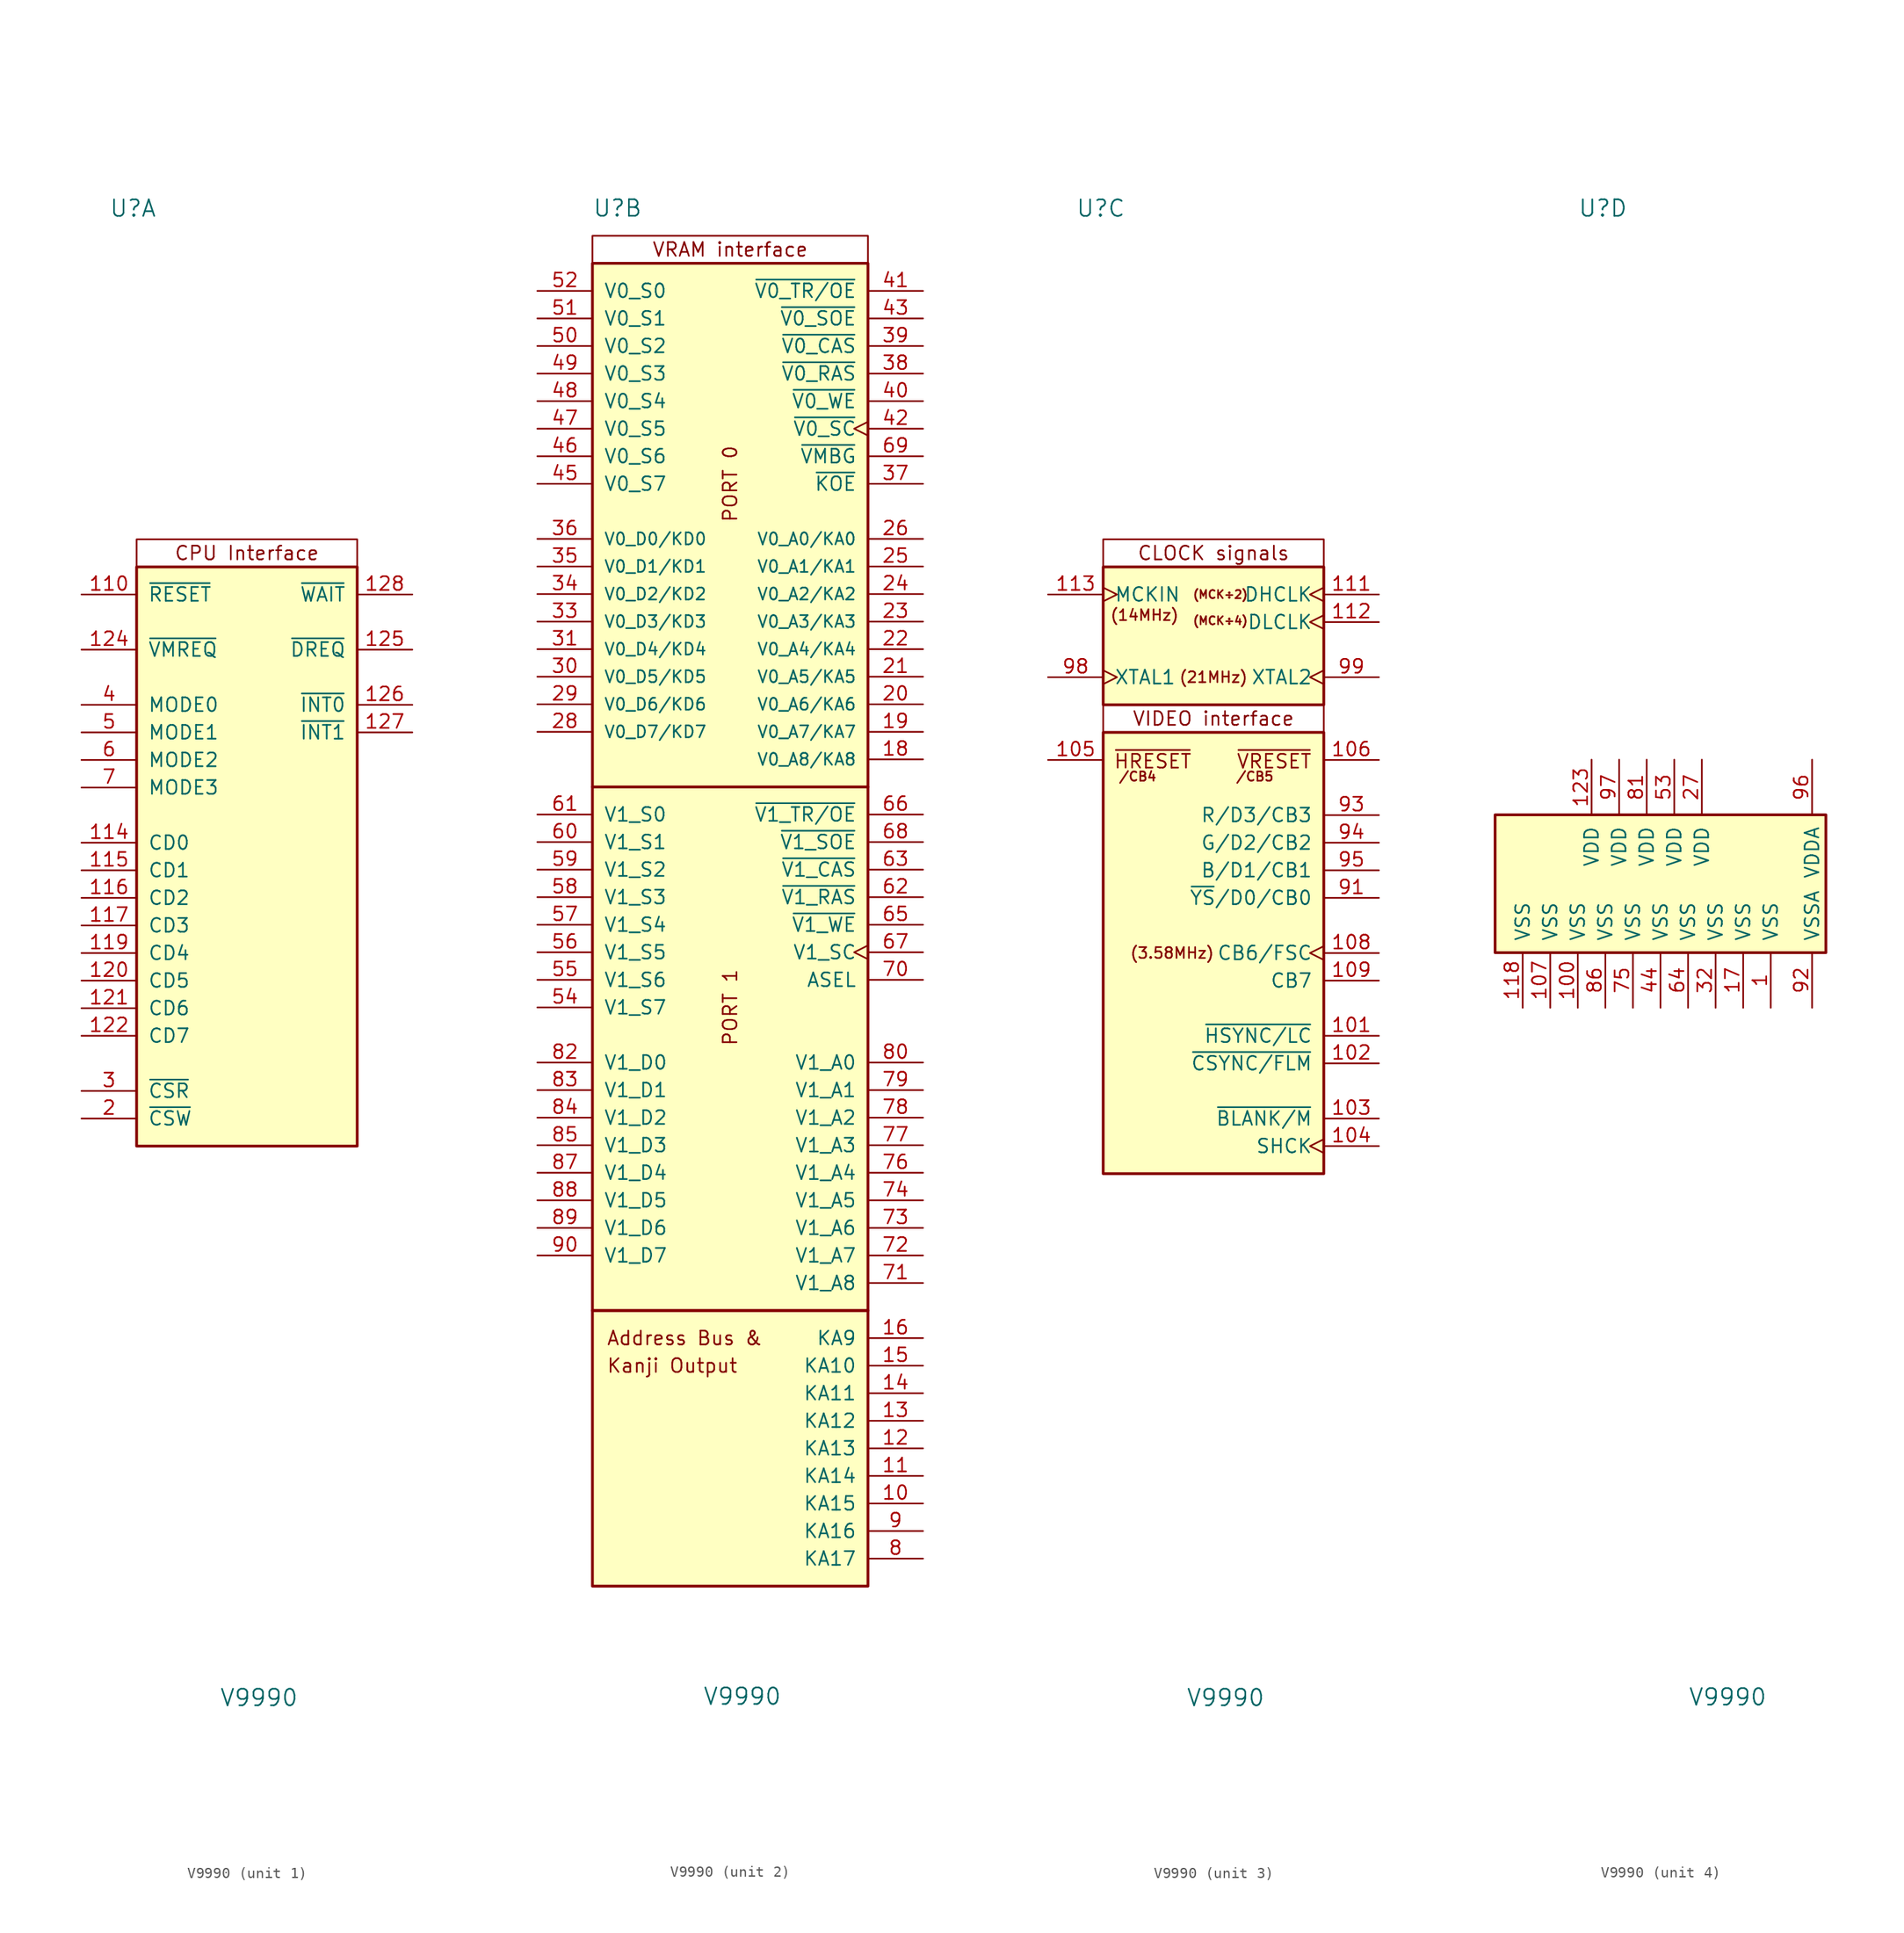
<source format=kicad_sym>
(kicad_symbol_lib
  (version 20211014)
  (generator kicad_symbol_editor)
  (symbol "V9990"
    (pin_names
      (offset 1.016))
    (property "Reference" "U"
      (at -12.7 60.96 0)
      (effects (font (size 1.524 1.524)) (justify left)))
    (property "Value" "V9990"
      (at -2.54 -76.2 0)
      (effects (font (size 1.524 1.524)) (justify left)))
    (property "ki_locked" ""
      (at 0 0 0)
      (effects (font (size 1.27 1.27))))
    (symbol "V9990_1_0"
      (rectangle (start -10.16 27.94) (end 10.16 30.48) (stroke (width 0) (type default) (color 0 0 0 0)) (fill (type none)))
      (text "CPU Interface" (at 0 29.21 0) (effects (font (size 1.27 1.27))))
      (pin input line (at -15.24 20.32 0) (length 5.08) (name "~{VMREQ}" (effects (font (size 1.27 1.27)))) (number "124" (effects (font (size 1.27 1.27)))))
      (pin open_emitter line (at 15.24 20.32 180) (length 5.08) (name "~{DREQ}" (effects (font (size 1.27 1.27)))) (number "125" (effects (font (size 1.27 1.27)))))
      (pin open_collector line (at 15.24 15.24 180) (length 5.08) (name "~{INT0}" (effects (font (size 1.27 1.27)))) (number "126" (effects (font (size 1.27 1.27)))))
      (pin input line (at -15.24 10.16 0) (length 5.08) (name "MODE2" (effects (font (size 1.27 1.27)))) (number "6" (effects (font (size 1.27 1.27)))))
      (pin input line (at -15.24 7.62 0) (length 5.08) (name "MODE3" (effects (font (size 1.27 1.27)))) (number "7" (effects (font (size 1.27 1.27))))))
    (symbol "V9990_1_1"
      (rectangle (start -10.16 27.94) (end 10.16 -25.4) (stroke (width 0.254) (type default) (color 0 0 0 0)) (fill (type background)))
      (pin input line (at -15.24 25.4 0) (length 5.08) (name "~{RESET}" (effects (font (size 1.27 1.27)))) (number "110" (effects (font (size 1.27 1.27)))))
      (pin tri_state line (at -15.24 2.54 0) (length 5.08) (name "CD0" (effects (font (size 1.27 1.27)))) (number "114" (effects (font (size 1.27 1.27)))))
      (pin tri_state line (at -15.24 0 0) (length 5.08) (name "CD1" (effects (font (size 1.27 1.27)))) (number "115" (effects (font (size 1.27 1.27)))))
      (pin tri_state line (at -15.24 -2.54 0) (length 5.08) (name "CD2" (effects (font (size 1.27 1.27)))) (number "116" (effects (font (size 1.27 1.27)))))
      (pin tri_state line (at -15.24 -5.08 0) (length 5.08) (name "CD3" (effects (font (size 1.27 1.27)))) (number "117" (effects (font (size 1.27 1.27)))))
      (pin tri_state line (at -15.24 -7.62 0) (length 5.08) (name "CD4" (effects (font (size 1.27 1.27)))) (number "119" (effects (font (size 1.27 1.27)))))
      (pin tri_state line (at -15.24 -10.16 0) (length 5.08) (name "CD5" (effects (font (size 1.27 1.27)))) (number "120" (effects (font (size 1.27 1.27)))))
      (pin tri_state line (at -15.24 -12.7 0) (length 5.08) (name "CD6" (effects (font (size 1.27 1.27)))) (number "121" (effects (font (size 1.27 1.27)))))
      (pin tri_state line (at -15.24 -15.24 0) (length 5.08) (name "CD7" (effects (font (size 1.27 1.27)))) (number "122" (effects (font (size 1.27 1.27)))))
      (pin open_collector line (at 15.24 12.7 180) (length 5.08) (name "~{INT1}" (effects (font (size 1.27 1.27)))) (number "127" (effects (font (size 1.27 1.27)))))
      (pin output line (at 15.24 25.4 180) (length 5.08) (name "~{WAIT}" (effects (font (size 1.27 1.27)))) (number "128" (effects (font (size 1.27 1.27)))))
      (pin input line (at -15.24 -22.86 0) (length 5.08) (name "~{CSW}" (effects (font (size 1.27 1.27)))) (number "2" (effects (font (size 1.27 1.27)))))
      (pin input line (at -15.24 -20.32 0) (length 5.08) (name "~{CSR}" (effects (font (size 1.27 1.27)))) (number "3" (effects (font (size 1.27 1.27)))))
      (pin input line (at -15.24 15.24 0) (length 5.08) (name "MODE0" (effects (font (size 1.27 1.27)))) (number "4" (effects (font (size 1.27 1.27)))))
      (pin input line (at -15.24 12.7 0) (length 5.08) (name "MODE1" (effects (font (size 1.27 1.27)))) (number "5" (effects (font (size 1.27 1.27))))))
    (symbol "V9990_2_0"
      (rectangle (start -12.7 -40.64) (end 12.7 -66.04) (stroke (width 0.254) (type default) (color 0 0 0 0)) (fill (type background)))
      (rectangle (start -12.7 7.62) (end 12.7 -40.64) (stroke (width 0.254) (type default) (color 0 0 0 0)) (fill (type background)))
      (rectangle (start -12.7 55.88) (end 12.7 7.62) (stroke (width 0.254) (type default) (color 0 0 0 0)) (fill (type background)))
      (rectangle (start -12.7 55.88) (end 12.7 58.42) (stroke (width 0) (type default) (color 0 0 0 0)) (fill (type none)))
      (text "Address Bus &" (at -11.43 -43.18 0) (effects (font (size 1.27 1.27)) (justify left)))
      (text "Kanji Output" (at -11.43 -45.72 0) (effects (font (size 1.27 1.27)) (justify left)))
      (text "PORT 0" (at 0 35.56 900) (effects (font (size 1.27 1.27))))
      (text "PORT 1" (at 0 -12.7 900) (effects (font (size 1.27 1.27))))
      (text "VRAM interface" (at 0 57.15 0) (effects (font (size 1.27 1.27))))
      (pin tri_state line (at 17.78 -58.42 180) (length 5.08) (name "KA15" (effects (font (size 1.27 1.27)))) (number "10" (effects (font (size 1.27 1.27)))))
      (pin tri_state line (at 17.78 -55.88 180) (length 5.08) (name "KA14" (effects (font (size 1.27 1.27)))) (number "11" (effects (font (size 1.27 1.27)))))
      (pin tri_state line (at 17.78 -53.34 180) (length 5.08) (name "KA13" (effects (font (size 1.27 1.27)))) (number "12" (effects (font (size 1.27 1.27)))))
      (pin tri_state line (at 17.78 -50.8 180) (length 5.08) (name "KA12" (effects (font (size 1.27 1.27)))) (number "13" (effects (font (size 1.27 1.27)))))
      (pin tri_state line (at 17.78 -48.26 180) (length 5.08) (name "KA11" (effects (font (size 1.27 1.27)))) (number "14" (effects (font (size 1.27 1.27)))))
      (pin tri_state line (at 17.78 -45.72 180) (length 5.08) (name "KA10" (effects (font (size 1.27 1.27)))) (number "15" (effects (font (size 1.27 1.27)))))
      (pin tri_state line (at 17.78 -43.18 180) (length 5.08) (name "KA9" (effects (font (size 1.27 1.27)))) (number "16" (effects (font (size 1.27 1.27)))))
      (pin tri_state line (at 17.78 10.16 180) (length 5.08) (name "V0_A8/KA8" (effects (font (size 1.1 1.1)))) (number "18" (effects (font (size 1.27 1.27)))))
      (pin tri_state line (at 17.78 12.7 180) (length 5.08) (name "V0_A7/KA7" (effects (font (size 1.1 1.1)))) (number "19" (effects (font (size 1.27 1.27)))))
      (pin tri_state line (at 17.78 15.24 180) (length 5.08) (name "V0_A6/KA6" (effects (font (size 1.1 1.1)))) (number "20" (effects (font (size 1.27 1.27)))))
      (pin tri_state line (at 17.78 17.78 180) (length 5.08) (name "V0_A5/KA5" (effects (font (size 1.1 1.1)))) (number "21" (effects (font (size 1.27 1.27)))))
      (pin tri_state line (at 17.78 20.32 180) (length 5.08) (name "V0_A4/KA4" (effects (font (size 1.1 1.1)))) (number "22" (effects (font (size 1.27 1.27)))))
      (pin tri_state line (at 17.78 22.86 180) (length 5.08) (name "V0_A3/KA3" (effects (font (size 1.1 1.1)))) (number "23" (effects (font (size 1.27 1.27)))))
      (pin tri_state line (at 17.78 25.4 180) (length 5.08) (name "V0_A2/KA2" (effects (font (size 1.1 1.1)))) (number "24" (effects (font (size 1.27 1.27)))))
      (pin tri_state line (at 17.78 27.94 180) (length 5.08) (name "V0_A1/KA1" (effects (font (size 1.1 1.1)))) (number "25" (effects (font (size 1.27 1.27)))))
      (pin tri_state line (at 17.78 30.48 180) (length 5.08) (name "V0_A0/KA0" (effects (font (size 1.1 1.1)))) (number "26" (effects (font (size 1.27 1.27)))))
      (pin output line (at 17.78 35.56 180) (length 5.08) (name "~{KOE}" (effects (font (size 1.27 1.27)))) (number "37" (effects (font (size 1.27 1.27)))))
      (pin tri_state line (at 17.78 43.18 180) (length 5.08) (name "~{V0_WE}" (effects (font (size 1.27 1.27)))) (number "40" (effects (font (size 1.27 1.27)))))
      (pin output line (at 17.78 53.34 180) (length 5.08) (name "~{V0_TR/OE}" (effects (font (size 1.27 1.27)))) (number "41" (effects (font (size 1.27 1.27)))))
      (pin output clock (at 17.78 40.64 180) (length 5.08) (name "~{V0_SC}" (effects (font (size 1.27 1.27)))) (number "42" (effects (font (size 1.27 1.27)))))
      (pin output line (at 17.78 50.8 180) (length 5.08) (name "~{V0_SOE}" (effects (font (size 1.27 1.27)))) (number "43" (effects (font (size 1.27 1.27)))))
      (pin input line (at -17.78 35.56 0) (length 5.08) (name "V0_S7" (effects (font (size 1.27 1.27)))) (number "45" (effects (font (size 1.27 1.27)))))
      (pin input line (at -17.78 38.1 0) (length 5.08) (name "V0_S6" (effects (font (size 1.27 1.27)))) (number "46" (effects (font (size 1.27 1.27)))))
      (pin input line (at -17.78 40.64 0) (length 5.08) (name "V0_S5" (effects (font (size 1.27 1.27)))) (number "47" (effects (font (size 1.27 1.27)))))
      (pin input line (at -17.78 43.18 0) (length 5.08) (name "V0_S4" (effects (font (size 1.27 1.27)))) (number "48" (effects (font (size 1.27 1.27)))))
      (pin input line (at -17.78 45.72 0) (length 5.08) (name "V0_S3" (effects (font (size 1.27 1.27)))) (number "49" (effects (font (size 1.27 1.27)))))
      (pin input line (at -17.78 48.26 0) (length 5.08) (name "V0_S2" (effects (font (size 1.27 1.27)))) (number "50" (effects (font (size 1.27 1.27)))))
      (pin input line (at -17.78 50.8 0) (length 5.08) (name "V0_S1" (effects (font (size 1.27 1.27)))) (number "51" (effects (font (size 1.27 1.27)))))
      (pin input line (at -17.78 53.34 0) (length 5.08) (name "V0_S0" (effects (font (size 1.27 1.27)))) (number "52" (effects (font (size 1.27 1.27)))))
      (pin tri_state line (at 17.78 -5.08 180) (length 5.08) (name "~{V1_WE}" (effects (font (size 1.27 1.27)))) (number "65" (effects (font (size 1.27 1.27)))))
      (pin output line (at 17.78 5.08 180) (length 5.08) (name "~{V1_TR/OE}" (effects (font (size 1.27 1.27)))) (number "66" (effects (font (size 1.27 1.27)))))
      (pin output clock (at 17.78 -7.62 180) (length 5.08) (name "V1_SC" (effects (font (size 1.27 1.27)))) (number "67" (effects (font (size 1.27 1.27)))))
      (pin output line (at 17.78 2.54 180) (length 5.08) (name "~{V1_SOE}" (effects (font (size 1.27 1.27)))) (number "68" (effects (font (size 1.27 1.27)))))
      (pin output line (at 17.78 -10.16 180) (length 5.08) (name "ASEL" (effects (font (size 1.27 1.27)))) (number "70" (effects (font (size 1.27 1.27)))))
      (pin tri_state line (at 17.78 -38.1 180) (length 5.08) (name "V1_A8" (effects (font (size 1.27 1.27)))) (number "71" (effects (font (size 1.27 1.27)))))
      (pin tri_state line (at 17.78 -35.56 180) (length 5.08) (name "V1_A7" (effects (font (size 1.27 1.27)))) (number "72" (effects (font (size 1.27 1.27)))))
      (pin tri_state line (at 17.78 -33.02 180) (length 5.08) (name "V1_A6" (effects (font (size 1.27 1.27)))) (number "73" (effects (font (size 1.27 1.27)))))
      (pin tri_state line (at 17.78 -30.48 180) (length 5.08) (name "V1_A5" (effects (font (size 1.27 1.27)))) (number "74" (effects (font (size 1.27 1.27)))))
      (pin tri_state line (at 17.78 -27.94 180) (length 5.08) (name "V1_A4" (effects (font (size 1.27 1.27)))) (number "76" (effects (font (size 1.27 1.27)))))
      (pin tri_state line (at 17.78 -25.4 180) (length 5.08) (name "V1_A3" (effects (font (size 1.27 1.27)))) (number "77" (effects (font (size 1.27 1.27)))))
      (pin tri_state line (at 17.78 -22.86 180) (length 5.08) (name "V1_A2" (effects (font (size 1.27 1.27)))) (number "78" (effects (font (size 1.27 1.27)))))
      (pin tri_state line (at 17.78 -20.32 180) (length 5.08) (name "V1_A1" (effects (font (size 1.27 1.27)))) (number "79" (effects (font (size 1.27 1.27)))))
      (pin tri_state line (at 17.78 -63.5 180) (length 5.08) (name "KA17" (effects (font (size 1.27 1.27)))) (number "8" (effects (font (size 1.27 1.27)))))
      (pin tri_state line (at 17.78 -17.78 180) (length 5.08) (name "V1_A0" (effects (font (size 1.27 1.27)))) (number "80" (effects (font (size 1.27 1.27)))))
      (pin tri_state line (at 17.78 -60.96 180) (length 5.08) (name "KA16" (effects (font (size 1.27 1.27)))) (number "9" (effects (font (size 1.27 1.27))))))
    (symbol "V9990_2_1"
      (pin bidirectional line (at -17.78 12.7 0) (length 5.08) (name "V0_D7/KD7" (effects (font (size 1.1 1.1)))) (number "28" (effects (font (size 1.27 1.27)))))
      (pin bidirectional line (at -17.78 15.24 0) (length 5.08) (name "V0_D6/KD6" (effects (font (size 1.1 1.1)))) (number "29" (effects (font (size 1.27 1.27)))))
      (pin bidirectional line (at -17.78 17.78 0) (length 5.08) (name "V0_D5/KD5" (effects (font (size 1.1 1.1)))) (number "30" (effects (font (size 1.27 1.27)))))
      (pin bidirectional line (at -17.78 20.32 0) (length 5.08) (name "V0_D4/KD4" (effects (font (size 1.1 1.1)))) (number "31" (effects (font (size 1.27 1.27)))))
      (pin bidirectional line (at -17.78 22.86 0) (length 5.08) (name "V0_D3/KD3" (effects (font (size 1.1 1.1)))) (number "33" (effects (font (size 1.27 1.27)))))
      (pin bidirectional line (at -17.78 25.4 0) (length 5.08) (name "V0_D2/KD2" (effects (font (size 1.1 1.1)))) (number "34" (effects (font (size 1.27 1.27)))))
      (pin bidirectional line (at -17.78 27.94 0) (length 5.08) (name "V0_D1/KD1" (effects (font (size 1.1 1.1)))) (number "35" (effects (font (size 1.27 1.27)))))
      (pin bidirectional line (at -17.78 30.48 0) (length 5.08) (name "V0_D0/KD0" (effects (font (size 1.1 1.1)))) (number "36" (effects (font (size 1.27 1.27)))))
      (pin output line (at 17.78 45.72 180) (length 5.08) (name "~{V0_RAS}" (effects (font (size 1.27 1.27)))) (number "38" (effects (font (size 1.27 1.27)))))
      (pin output line (at 17.78 48.26 180) (length 5.08) (name "~{V0_CAS}" (effects (font (size 1.27 1.27)))) (number "39" (effects (font (size 1.27 1.27)))))
      (pin input line (at -17.78 -12.7 0) (length 5.08) (name "V1_S7" (effects (font (size 1.27 1.27)))) (number "54" (effects (font (size 1.27 1.27)))))
      (pin input line (at -17.78 -10.16 0) (length 5.08) (name "V1_S6" (effects (font (size 1.27 1.27)))) (number "55" (effects (font (size 1.27 1.27)))))
      (pin input line (at -17.78 -7.62 0) (length 5.08) (name "V1_S5" (effects (font (size 1.27 1.27)))) (number "56" (effects (font (size 1.27 1.27)))))
      (pin input line (at -17.78 -5.08 0) (length 5.08) (name "V1_S4" (effects (font (size 1.27 1.27)))) (number "57" (effects (font (size 1.27 1.27)))))
      (pin input line (at -17.78 -2.54 0) (length 5.08) (name "V1_S3" (effects (font (size 1.27 1.27)))) (number "58" (effects (font (size 1.27 1.27)))))
      (pin input line (at -17.78 0 0) (length 5.08) (name "V1_S2" (effects (font (size 1.27 1.27)))) (number "59" (effects (font (size 1.27 1.27)))))
      (pin input line (at -17.78 2.54 0) (length 5.08) (name "V1_S1" (effects (font (size 1.27 1.27)))) (number "60" (effects (font (size 1.27 1.27)))))
      (pin input line (at -17.78 5.08 0) (length 5.08) (name "V1_S0" (effects (font (size 1.27 1.27)))) (number "61" (effects (font (size 1.27 1.27)))))
      (pin output line (at 17.78 -2.54 180) (length 5.08) (name "~{V1_RAS}" (effects (font (size 1.27 1.27)))) (number "62" (effects (font (size 1.27 1.27)))))
      (pin output line (at 17.78 0 180) (length 5.08) (name "~{V1_CAS}" (effects (font (size 1.27 1.27)))) (number "63" (effects (font (size 1.27 1.27)))))
      (pin output line (at 17.78 38.1 180) (length 5.08) (name "~{VMBG}" (effects (font (size 1.27 1.27)))) (number "69" (effects (font (size 1.27 1.27)))))
      (pin bidirectional line (at -17.78 -17.78 0) (length 5.08) (name "V1_D0" (effects (font (size 1.27 1.27)))) (number "82" (effects (font (size 1.27 1.27)))))
      (pin bidirectional line (at -17.78 -20.32 0) (length 5.08) (name "V1_D1" (effects (font (size 1.27 1.27)))) (number "83" (effects (font (size 1.27 1.27)))))
      (pin bidirectional line (at -17.78 -22.86 0) (length 5.08) (name "V1_D2" (effects (font (size 1.27 1.27)))) (number "84" (effects (font (size 1.27 1.27)))))
      (pin bidirectional line (at -17.78 -25.4 0) (length 5.08) (name "V1_D3" (effects (font (size 1.27 1.27)))) (number "85" (effects (font (size 1.27 1.27)))))
      (pin bidirectional line (at -17.78 -27.94 0) (length 5.08) (name "V1_D4" (effects (font (size 1.27 1.27)))) (number "87" (effects (font (size 1.27 1.27)))))
      (pin bidirectional line (at -17.78 -30.48 0) (length 5.08) (name "V1_D5" (effects (font (size 1.27 1.27)))) (number "88" (effects (font (size 1.27 1.27)))))
      (pin bidirectional line (at -17.78 -33.02 0) (length 5.08) (name "V1_D6" (effects (font (size 1.27 1.27)))) (number "89" (effects (font (size 1.27 1.27)))))
      (pin bidirectional line (at -17.78 -35.56 0) (length 5.08) (name "V1_D7" (effects (font (size 1.27 1.27)))) (number "90" (effects (font (size 1.27 1.27))))))
    (symbol "V9990_3_0"
      (rectangle (start -10.16 12.7) (end 10.16 -27.94) (stroke (width 0.254) (type default) (color 0 0 0 0)) (fill (type background)))
      (rectangle (start -10.16 15.24) (end 10.16 12.7) (stroke (width 0) (type default) (color 0 0 0 0)) (fill (type none)))
      (rectangle (start -10.16 27.94) (end 10.16 30.48) (stroke (width 0) (type default) (color 0 0 0 0)) (fill (type none)))
      (text "(14MHz)" (at -6.35 23.495 0) (effects (font (size 1 1))))
      (text "(21MHz)" (at 0 17.78 0) (effects (font (size 1 1))))
      (text "(3.58MHz)" (at -3.81 -7.62 0) (effects (font (size 1 1))))
      (text "(MCK÷2)" (at 0.635 25.4 0) (effects (font (size 0.75 0.75))))
      (text "(MCK÷4)" (at 0.635 22.987 0) (effects (font (size 0.75 0.75))))
      (text "/CB4" (at -6.985 8.636 0) (effects (font (size 0.85 0.85))))
      (text "/CB5" (at 3.81 8.636 0) (effects (font (size 0.85 0.85))))
      (text "CLOCK signals" (at 0 29.21 0) (effects (font (size 1.27 1.27))))
      (text "VIDEO interface" (at 0 13.97 0) (effects (font (size 1.27 1.27))))
      (text "~{HRESET}" (at -5.588 10.033 0) (effects (font (size 1.27 1.27))))
      (text "~{VRESET}" (at 5.588 10.033 0) (effects (font (size 1.27 1.27))))
      (pin input clock (at -15.24 25.4 0) (length 5.08) (name "MCKIN" (effects (font (size 1.27 1.27)))) (number "113" (effects (font (size 1.27 1.27))))))
    (symbol "V9990_3_1"
      (rectangle (start -10.16 27.94) (end 10.16 15.24) (stroke (width 0.254) (type default) (color 0 0 0 0)) (fill (type background)))
      (pin output line (at 15.24 -15.24 180) (length 5.08) (name "~{HSYNC/LC}" (effects (font (size 1.27 1.27)))) (number "101" (effects (font (size 1.27 1.27)))))
      (pin output line (at 15.24 -17.78 180) (length 5.08) (name "~{CSYNC/FLM}" (effects (font (size 1.27 1.27)))) (number "102" (effects (font (size 1.27 1.27)))))
      (pin output line (at 15.24 -22.86 180) (length 5.08) (name "~{BLANK/M}" (effects (font (size 1.27 1.27)))) (number "103" (effects (font (size 1.27 1.27)))))
      (pin output clock (at 15.24 -25.4 180) (length 5.08) (name "SHCK" (effects (font (size 1.27 1.27)))) (number "104" (effects (font (size 1.27 1.27)))))
      (pin bidirectional line (at -15.24 10.16 0) (length 5.08) (name "~{HRESET}/CB4" (effects (font (size 0 0)))) (number "105" (effects (font (size 1.27 1.27)))))
      (pin bidirectional line (at 15.24 10.16 180) (length 5.08) (name "~{VRESET}/CB5" (effects (font (size 0 0)))) (number "106" (effects (font (size 1.27 1.27)))))
      (pin output clock (at 15.24 -7.62 180) (length 5.08) (name "CB6/FSC" (effects (font (size 1.27 1.27)))) (number "108" (effects (font (size 1.27 1.27)))))
      (pin output line (at 15.24 -10.16 180) (length 5.08) (name "CB7" (effects (font (size 1.27 1.27)))) (number "109" (effects (font (size 1.27 1.27)))))
      (pin output clock (at 15.24 25.4 180) (length 5.08) (name "DHCLK" (effects (font (size 1.27 1.27)))) (number "111" (effects (font (size 1.27 1.27)))))
      (pin output clock (at 15.24 22.86 180) (length 5.08) (name "DLCLK" (effects (font (size 1.27 1.27)))) (number "112" (effects (font (size 1.27 1.27)))))
      (pin output line (at 15.24 -2.54 180) (length 5.08) (name "~{YS}/D0/CB0" (effects (font (size 1.27 1.27)))) (number "91" (effects (font (size 1.27 1.27)))))
      (pin output line (at 15.24 5.08 180) (length 5.08) (name "R/D3/CB3" (effects (font (size 1.27 1.27)))) (number "93" (effects (font (size 1.27 1.27)))))
      (pin output line (at 15.24 2.54 180) (length 5.08) (name "G/D2/CB2" (effects (font (size 1.27 1.27)))) (number "94" (effects (font (size 1.27 1.27)))))
      (pin output line (at 15.24 0 180) (length 5.08) (name "B/D1/CB1" (effects (font (size 1.27 1.27)))) (number "95" (effects (font (size 1.27 1.27)))))
      (pin input clock (at -15.24 17.78 0) (length 5.08) (name "XTAL1" (effects (font (size 1.27 1.27)))) (number "98" (effects (font (size 1.27 1.27)))))
      (pin output clock (at 15.24 17.78 180) (length 5.08) (name "XTAL2" (effects (font (size 1.27 1.27)))) (number "99" (effects (font (size 1.27 1.27))))))
    (symbol "V9990_4_0"
      (pin power_in line (at -12.7 -12.7 90) (length 5.08) (name "VSS" (effects (font (size 1.27 1.27)))) (number "100" (effects (font (size 1.27 1.27)))))
      (pin power_in line (at -15.24 -12.7 90) (length 5.08) (name "VSS" (effects (font (size 1.27 1.27)))) (number "107" (effects (font (size 1.27 1.27)))))
      (pin power_in line (at -17.78 -12.7 90) (length 5.08) (name "VSS" (effects (font (size 1.27 1.27)))) (number "118" (effects (font (size 1.27 1.27)))))
      (pin power_in line (at -11.43 10.16 270) (length 5.08) (name "VDD" (effects (font (size 1.27 1.27)))) (number "123" (effects (font (size 1.27 1.27)))))
      (pin power_in line (at 2.54 -12.7 90) (length 5.08) (name "VSS" (effects (font (size 1.27 1.27)))) (number "17" (effects (font (size 1.27 1.27)))))
      (pin power_in line (at 0 -12.7 90) (length 5.08) (name "VSS" (effects (font (size 1.27 1.27)))) (number "32" (effects (font (size 1.27 1.27)))))
      (pin power_in line (at -5.08 -12.7 90) (length 5.08) (name "VSS" (effects (font (size 1.27 1.27)))) (number "44" (effects (font (size 1.27 1.27)))))
      (pin power_in line (at -3.81 10.16 270) (length 5.08) (name "VDD" (effects (font (size 1.27 1.27)))) (number "53" (effects (font (size 1.27 1.27)))))
      (pin power_in line (at -2.54 -12.7 90) (length 5.08) (name "VSS" (effects (font (size 1.27 1.27)))) (number "64" (effects (font (size 1.27 1.27)))))
      (pin power_in line (at -7.62 -12.7 90) (length 5.08) (name "VSS" (effects (font (size 1.27 1.27)))) (number "75" (effects (font (size 1.27 1.27)))))
      (pin power_in line (at -6.35 10.16 270) (length 5.08) (name "VDD" (effects (font (size 1.27 1.27)))) (number "81" (effects (font (size 1.27 1.27)))))
      (pin power_in line (at -10.16 -12.7 90) (length 5.08) (name "VSS" (effects (font (size 1.27 1.27)))) (number "86" (effects (font (size 1.27 1.27)))))
      (pin power_in line (at 8.89 -12.7 90) (length 5.08) (name "VSSA" (effects (font (size 1.27 1.27)))) (number "92" (effects (font (size 1.27 1.27)))))
      (pin power_in line (at -8.89 10.16 270) (length 5.08) (name "VDD" (effects (font (size 1.27 1.27)))) (number "97" (effects (font (size 1.27 1.27))))))
    (symbol "V9990_4_1"
      (rectangle (start -20.32 5.08) (end 10.16 -7.62) (stroke (width 0.254) (type default) (color 0 0 0 0)) (fill (type background)))
      (pin power_in line (at 5.08 -12.7 90) (length 5.08) (name "VSS" (effects (font (size 1.27 1.27)))) (number "1" (effects (font (size 1.27 1.27)))))
      (pin power_in line (at -1.27 10.16 270) (length 5.08) (name "VDD" (effects (font (size 1.27 1.27)))) (number "27" (effects (font (size 1.27 1.27)))))
      (pin power_in line (at 8.89 10.16 270) (length 5.08) (name "VDDA" (effects (font (size 1.27 1.27)))) (number "96" (effects (font (size 1.27 1.27))))))))
</source>
